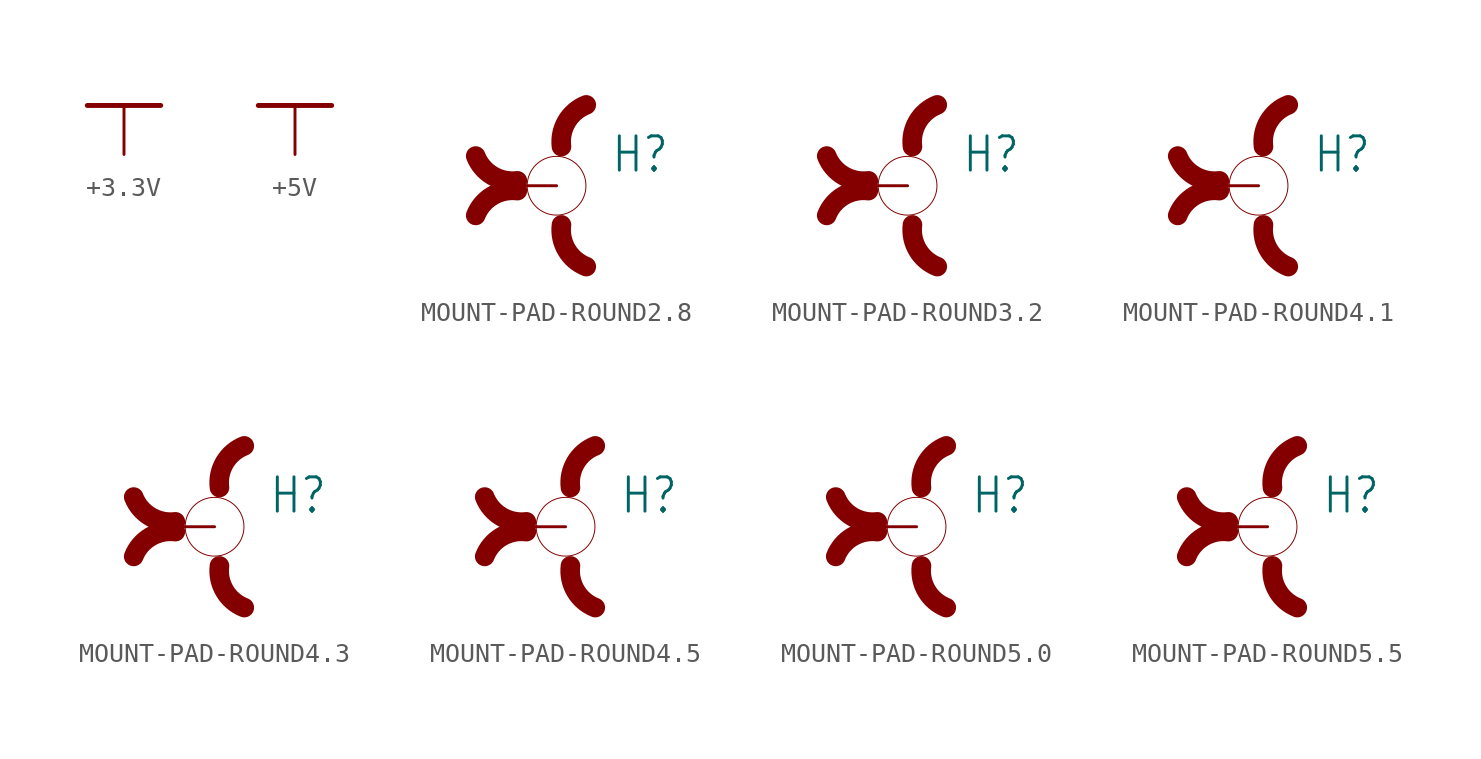
<source format=kicad_sym>
(kicad_symbol_lib
  (version 20241209)
  (generator "kicad_symbol_editor")
  (generator_version "9.0")
  (symbol "+3.3V"
    (power)
    (property "Reference" "#SUPPLY"
      (at 0 0 0)
      (effects (font (size 1.27 1.27)) (hide yes)))
    (property "Value" ""
      (at -0.127 3.048 0)
      (effects (font (size 1.778 1.511)) (justify bottom)))
    (property "ki_locked" ""
      (at 0 0 0)
      (effects (font (size 1.27 1.27))))
    (symbol "+3.3V_1_0"
      (polyline (pts (xy 1.905 2.54) (xy -1.905 2.54)) (stroke (width 0.254) (type solid)) (fill (type none)))
      (pin power_in line (at 0 0 90) (length 2.54) (name "+3.3V" (effects (font (size 0 0)))) (number "1" (effects (font (size 0 0)))))))
  (symbol "+5V"
    (power)
    (property "Reference" "#SUPPLY"
      (at 0 0 0)
      (effects (font (size 1.27 1.27)) (hide yes)))
    (property "Value" ""
      (at -0.127 3.048 0)
      (effects (font (size 1.778 1.511)) (justify bottom)))
    (property "ki_locked" ""
      (at 0 0 0)
      (effects (font (size 1.27 1.27))))
    (symbol "+5V_1_0"
      (polyline (pts (xy 1.905 2.54) (xy -1.905 2.54)) (stroke (width 0.254) (type solid)) (fill (type none)))
      (pin power_in line (at 0 0 90) (length 2.54) (name "+5V" (effects (font (size 0 0)))) (number "1" (effects (font (size 0 0)))))))
  (symbol "MOUNT-PAD-ROUND2.8"
    (property "Reference" "H"
      (at 2.794 0.584 0)
      (effects (font (size 1.778 1.511)) (justify left bottom)))
    (property "Value" ""
      (at 2.794 -2.464 0)
      (effects (font (size 1.778 1.511)) (justify left bottom)))
    (property "ki_locked" ""
      (at 0 0 0)
      (effects (font (size 1.27 1.27))))
    (symbol "MOUNT-PAD-ROUND2.8_1_0"
      (arc (start -2.032 0.254) (mid -3.333 0.5261) (end -4.193 1.5396) (stroke (width 1.016) (type solid)) (fill (type none)))
      (arc (start -4.193 -1.5396) (mid -3.3331 -0.526) (end -2.032 -0.254) (stroke (width 1.016) (type solid)) (fill (type none)))
      (circle (center 0 0) (radius 1.524) (stroke (width 0.051) (type solid)) (fill (type none)))
      (arc (start 0.254 2.032) (mid 0.5261 3.333) (end 1.5396 4.193) (stroke (width 1.016) (type solid)) (fill (type none)))
      (arc (start 1.5396 -4.193) (mid 0.526 -3.3331) (end 0.254 -2.032) (stroke (width 1.016) (type solid)) (fill (type none)))
      (pin passive line (at -2.54 0 0) (length 2.54) (name "MOUNT" (effects (font (size 0 0)))) (number "B2,8" (effects (font (size 0 0)))))))
  (symbol "MOUNT-PAD-ROUND3.2"
    (property "Reference" "H"
      (at 2.794 0.584 0)
      (effects (font (size 1.778 1.511)) (justify left bottom)))
    (property "Value" ""
      (at 2.794 -2.464 0)
      (effects (font (size 1.778 1.511)) (justify left bottom)))
    (property "ki_locked" ""
      (at 0 0 0)
      (effects (font (size 1.27 1.27))))
    (symbol "MOUNT-PAD-ROUND3.2_1_0"
      (arc (start -2.032 0.254) (mid -3.333 0.5261) (end -4.193 1.5396) (stroke (width 1.016) (type solid)) (fill (type none)))
      (arc (start -4.193 -1.5396) (mid -3.3331 -0.526) (end -2.032 -0.254) (stroke (width 1.016) (type solid)) (fill (type none)))
      (circle (center 0 0) (radius 1.524) (stroke (width 0.051) (type solid)) (fill (type none)))
      (arc (start 0.254 2.032) (mid 0.5261 3.333) (end 1.5396 4.193) (stroke (width 1.016) (type solid)) (fill (type none)))
      (arc (start 1.5396 -4.193) (mid 0.526 -3.3331) (end 0.254 -2.032) (stroke (width 1.016) (type solid)) (fill (type none)))
      (pin passive line (at -2.54 0 0) (length 2.54) (name "MOUNT" (effects (font (size 0 0)))) (number "B3,2" (effects (font (size 0 0)))))))
  (symbol "MOUNT-PAD-ROUND4.1"
    (property "Reference" "H"
      (at 2.794 0.584 0)
      (effects (font (size 1.778 1.511)) (justify left bottom)))
    (property "Value" ""
      (at 2.794 -2.464 0)
      (effects (font (size 1.778 1.511)) (justify left bottom)))
    (property "ki_locked" ""
      (at 0 0 0)
      (effects (font (size 1.27 1.27))))
    (symbol "MOUNT-PAD-ROUND4.1_1_0"
      (arc (start -2.032 0.254) (mid -3.333 0.5261) (end -4.193 1.5396) (stroke (width 1.016) (type solid)) (fill (type none)))
      (arc (start -4.193 -1.5396) (mid -3.3331 -0.526) (end -2.032 -0.254) (stroke (width 1.016) (type solid)) (fill (type none)))
      (circle (center 0 0) (radius 1.524) (stroke (width 0.051) (type solid)) (fill (type none)))
      (arc (start 0.254 2.032) (mid 0.5261 3.333) (end 1.5396 4.193) (stroke (width 1.016) (type solid)) (fill (type none)))
      (arc (start 1.5396 -4.193) (mid 0.526 -3.3331) (end 0.254 -2.032) (stroke (width 1.016) (type solid)) (fill (type none)))
      (pin passive line (at -2.54 0 0) (length 2.54) (name "MOUNT" (effects (font (size 0 0)))) (number "B4,1" (effects (font (size 0 0)))))))
  (symbol "MOUNT-PAD-ROUND4.3"
    (property "Reference" "H"
      (at 2.794 0.584 0)
      (effects (font (size 1.778 1.511)) (justify left bottom)))
    (property "Value" ""
      (at 2.794 -2.464 0)
      (effects (font (size 1.778 1.511)) (justify left bottom)))
    (property "ki_locked" ""
      (at 0 0 0)
      (effects (font (size 1.27 1.27))))
    (symbol "MOUNT-PAD-ROUND4.3_1_0"
      (arc (start -2.032 0.254) (mid -3.333 0.5261) (end -4.193 1.5396) (stroke (width 1.016) (type solid)) (fill (type none)))
      (arc (start -4.193 -1.5396) (mid -3.3331 -0.526) (end -2.032 -0.254) (stroke (width 1.016) (type solid)) (fill (type none)))
      (circle (center 0 0) (radius 1.524) (stroke (width 0.051) (type solid)) (fill (type none)))
      (arc (start 0.254 2.032) (mid 0.5261 3.333) (end 1.5396 4.193) (stroke (width 1.016) (type solid)) (fill (type none)))
      (arc (start 1.5396 -4.193) (mid 0.526 -3.3331) (end 0.254 -2.032) (stroke (width 1.016) (type solid)) (fill (type none)))
      (pin passive line (at -2.54 0 0) (length 2.54) (name "MOUNT" (effects (font (size 0 0)))) (number "B4,3" (effects (font (size 0 0)))))))
  (symbol "MOUNT-PAD-ROUND4.5"
    (property "Reference" "H"
      (at 2.794 0.584 0)
      (effects (font (size 1.778 1.511)) (justify left bottom)))
    (property "Value" ""
      (at 2.794 -2.464 0)
      (effects (font (size 1.778 1.511)) (justify left bottom)))
    (property "ki_locked" ""
      (at 0 0 0)
      (effects (font (size 1.27 1.27))))
    (symbol "MOUNT-PAD-ROUND4.5_1_0"
      (arc (start -2.032 0.254) (mid -3.333 0.5261) (end -4.193 1.5396) (stroke (width 1.016) (type solid)) (fill (type none)))
      (arc (start -4.193 -1.5396) (mid -3.3331 -0.526) (end -2.032 -0.254) (stroke (width 1.016) (type solid)) (fill (type none)))
      (circle (center 0 0) (radius 1.524) (stroke (width 0.051) (type solid)) (fill (type none)))
      (arc (start 0.254 2.032) (mid 0.5261 3.333) (end 1.5396 4.193) (stroke (width 1.016) (type solid)) (fill (type none)))
      (arc (start 1.5396 -4.193) (mid 0.526 -3.3331) (end 0.254 -2.032) (stroke (width 1.016) (type solid)) (fill (type none)))
      (pin passive line (at -2.54 0 0) (length 2.54) (name "MOUNT" (effects (font (size 0 0)))) (number "B4,5" (effects (font (size 0 0)))))))
  (symbol "MOUNT-PAD-ROUND5.0"
    (property "Reference" "H"
      (at 2.794 0.584 0)
      (effects (font (size 1.778 1.511)) (justify left bottom)))
    (property "Value" ""
      (at 2.794 -2.464 0)
      (effects (font (size 1.778 1.511)) (justify left bottom)))
    (property "ki_locked" ""
      (at 0 0 0)
      (effects (font (size 1.27 1.27))))
    (symbol "MOUNT-PAD-ROUND5.0_1_0"
      (arc (start -2.032 0.254) (mid -3.333 0.5261) (end -4.193 1.5396) (stroke (width 1.016) (type solid)) (fill (type none)))
      (arc (start -4.193 -1.5396) (mid -3.3331 -0.526) (end -2.032 -0.254) (stroke (width 1.016) (type solid)) (fill (type none)))
      (circle (center 0 0) (radius 1.524) (stroke (width 0.051) (type solid)) (fill (type none)))
      (arc (start 0.254 2.032) (mid 0.5261 3.333) (end 1.5396 4.193) (stroke (width 1.016) (type solid)) (fill (type none)))
      (arc (start 1.5396 -4.193) (mid 0.526 -3.3331) (end 0.254 -2.032) (stroke (width 1.016) (type solid)) (fill (type none)))
      (pin passive line (at -2.54 0 0) (length 2.54) (name "MOUNT" (effects (font (size 0 0)))) (number "B5" (effects (font (size 0 0)))))))
  (symbol "MOUNT-PAD-ROUND5.5"
    (property "Reference" "H"
      (at 2.794 0.584 0)
      (effects (font (size 1.778 1.511)) (justify left bottom)))
    (property "Value" ""
      (at 2.794 -2.464 0)
      (effects (font (size 1.778 1.511)) (justify left bottom)))
    (property "ki_locked" ""
      (at 0 0 0)
      (effects (font (size 1.27 1.27))))
    (symbol "MOUNT-PAD-ROUND5.5_1_0"
      (arc (start -2.032 0.254) (mid -3.333 0.5261) (end -4.193 1.5396) (stroke (width 1.016) (type solid)) (fill (type none)))
      (arc (start -4.193 -1.5396) (mid -3.3331 -0.526) (end -2.032 -0.254) (stroke (width 1.016) (type solid)) (fill (type none)))
      (circle (center 0 0) (radius 1.524) (stroke (width 0.051) (type solid)) (fill (type none)))
      (arc (start 0.254 2.032) (mid 0.5261 3.333) (end 1.5396 4.193) (stroke (width 1.016) (type solid)) (fill (type none)))
      (arc (start 1.5396 -4.193) (mid 0.526 -3.3331) (end 0.254 -2.032) (stroke (width 1.016) (type solid)) (fill (type none)))
      (pin passive line (at -2.54 0 0) (length 2.54) (name "MOUNT" (effects (font (size 0 0)))) (number "B5,5" (effects (font (size 0 0))))))))
</source>
